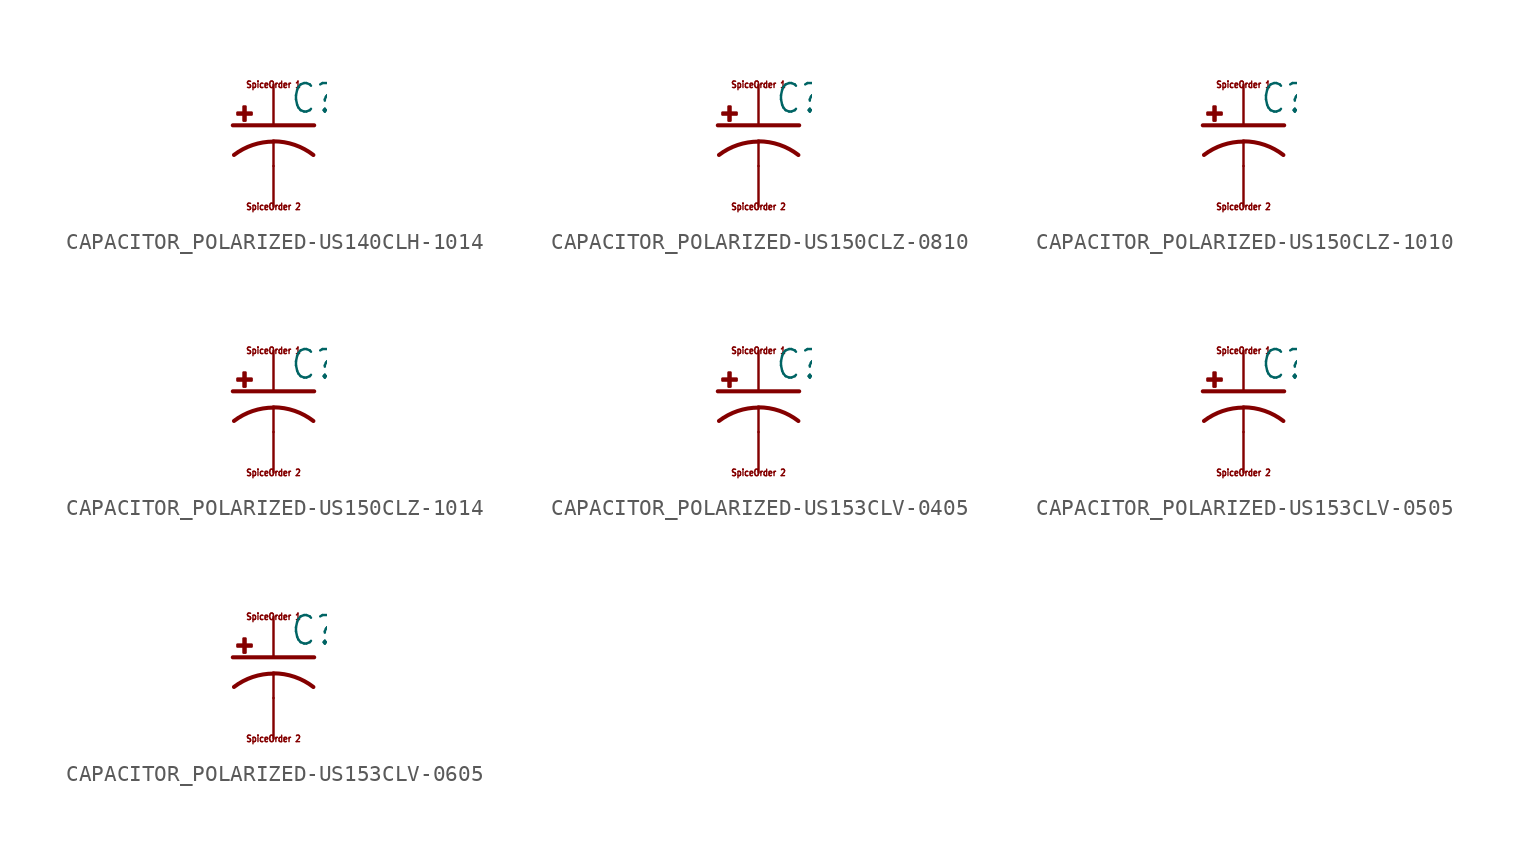
<source format=kicad_sym>
(kicad_symbol_lib
  (version 20231120)
  (generator "kicad_symbol_editor")
  (generator_version "8.0")
  (symbol "CAPACITOR_POLARIZED-US140CLH-1014"
    (property "Reference" "C"
      (at 1.016 0.635 0)
      (effects (font (size 1.778 1.511)) (justify left bottom)))
    (property "Value" ""
      (at 1.016 -4.191 0)
      (effects (font (size 1.778 1.511)) (justify left bottom)))
    (property "ki_locked" ""
      (at 0 0 0)
      (effects (font (size 1.27 1.27))))
    (symbol "CAPACITOR_POLARIZED-US140CLH-1014_1_0"
      (rectangle (start -2.253 0.668) (end -1.364 0.795) (stroke (width 0) (type default)) (fill (type outline)))
      (rectangle (start -1.872 0.287) (end -1.745 1.176) (stroke (width 0) (type default)) (fill (type outline)))
      (arc (start 0 -1.0161) (mid -1.3021 -1.2303) (end -2.4669 -1.8504) (stroke (width 0.254) (type solid)) (fill (type none)))
      (polyline (pts (xy -2.54 0) (xy 2.54 0)) (stroke (width 0.254) (type solid)) (fill (type none)))
      (polyline (pts (xy 0 -1.016) (xy 0 -2.54)) (stroke (width 0.152) (type solid)) (fill (type none)))
      (arc (start 2.4892 -1.8541) (mid 1.3158 -1.2194) (end 0 -1) (stroke (width 0.254) (type solid)) (fill (type none)))
      (text "SpiceOrder 1" (at 0 2.54 0) (effects (font (size 0.406 0.345))))
      (text "SpiceOrder 2" (at 0 -5.08 0) (effects (font (size 0.406 0.345))))
      (pin passive line (at 0 2.54 270) (length 2.54) (name "+" (effects (font (size 0 0)))) (number "+" (effects (font (size 0 0)))))
      (pin passive line (at 0 -5.08 90) (length 2.54) (name "-" (effects (font (size 0 0)))) (number "-" (effects (font (size 0 0)))))))
  (symbol "CAPACITOR_POLARIZED-US150CLZ-0810"
    (property "Reference" "C"
      (at 1.016 0.635 0)
      (effects (font (size 1.778 1.511)) (justify left bottom)))
    (property "Value" ""
      (at 1.016 -4.191 0)
      (effects (font (size 1.778 1.511)) (justify left bottom)))
    (property "ki_locked" ""
      (at 0 0 0)
      (effects (font (size 1.27 1.27))))
    (symbol "CAPACITOR_POLARIZED-US150CLZ-0810_1_0"
      (rectangle (start -2.253 0.668) (end -1.364 0.795) (stroke (width 0) (type default)) (fill (type outline)))
      (rectangle (start -1.872 0.287) (end -1.745 1.176) (stroke (width 0) (type default)) (fill (type outline)))
      (arc (start 0 -1.0161) (mid -1.3021 -1.2303) (end -2.4669 -1.8504) (stroke (width 0.254) (type solid)) (fill (type none)))
      (polyline (pts (xy -2.54 0) (xy 2.54 0)) (stroke (width 0.254) (type solid)) (fill (type none)))
      (polyline (pts (xy 0 -1.016) (xy 0 -2.54)) (stroke (width 0.152) (type solid)) (fill (type none)))
      (arc (start 2.4892 -1.8541) (mid 1.3158 -1.2194) (end 0 -1) (stroke (width 0.254) (type solid)) (fill (type none)))
      (text "SpiceOrder 1" (at 0 2.54 0) (effects (font (size 0.406 0.345))))
      (text "SpiceOrder 2" (at 0 -5.08 0) (effects (font (size 0.406 0.345))))
      (pin passive line (at 0 2.54 270) (length 2.54) (name "+" (effects (font (size 0 0)))) (number "+" (effects (font (size 0 0)))))
      (pin passive line (at 0 -5.08 90) (length 2.54) (name "-" (effects (font (size 0 0)))) (number "-" (effects (font (size 0 0)))))))
  (symbol "CAPACITOR_POLARIZED-US150CLZ-1010"
    (property "Reference" "C"
      (at 1.016 0.635 0)
      (effects (font (size 1.778 1.511)) (justify left bottom)))
    (property "Value" ""
      (at 1.016 -4.191 0)
      (effects (font (size 1.778 1.511)) (justify left bottom)))
    (property "ki_locked" ""
      (at 0 0 0)
      (effects (font (size 1.27 1.27))))
    (symbol "CAPACITOR_POLARIZED-US150CLZ-1010_1_0"
      (rectangle (start -2.253 0.668) (end -1.364 0.795) (stroke (width 0) (type default)) (fill (type outline)))
      (rectangle (start -1.872 0.287) (end -1.745 1.176) (stroke (width 0) (type default)) (fill (type outline)))
      (arc (start 0 -1.0161) (mid -1.3021 -1.2303) (end -2.4669 -1.8504) (stroke (width 0.254) (type solid)) (fill (type none)))
      (polyline (pts (xy -2.54 0) (xy 2.54 0)) (stroke (width 0.254) (type solid)) (fill (type none)))
      (polyline (pts (xy 0 -1.016) (xy 0 -2.54)) (stroke (width 0.152) (type solid)) (fill (type none)))
      (arc (start 2.4892 -1.8541) (mid 1.3158 -1.2194) (end 0 -1) (stroke (width 0.254) (type solid)) (fill (type none)))
      (text "SpiceOrder 1" (at 0 2.54 0) (effects (font (size 0.406 0.345))))
      (text "SpiceOrder 2" (at 0 -5.08 0) (effects (font (size 0.406 0.345))))
      (pin passive line (at 0 2.54 270) (length 2.54) (name "+" (effects (font (size 0 0)))) (number "+" (effects (font (size 0 0)))))
      (pin passive line (at 0 -5.08 90) (length 2.54) (name "-" (effects (font (size 0 0)))) (number "-" (effects (font (size 0 0)))))))
  (symbol "CAPACITOR_POLARIZED-US150CLZ-1014"
    (property "Reference" "C"
      (at 1.016 0.635 0)
      (effects (font (size 1.778 1.511)) (justify left bottom)))
    (property "Value" ""
      (at 1.016 -4.191 0)
      (effects (font (size 1.778 1.511)) (justify left bottom)))
    (property "ki_locked" ""
      (at 0 0 0)
      (effects (font (size 1.27 1.27))))
    (symbol "CAPACITOR_POLARIZED-US150CLZ-1014_1_0"
      (rectangle (start -2.253 0.668) (end -1.364 0.795) (stroke (width 0) (type default)) (fill (type outline)))
      (rectangle (start -1.872 0.287) (end -1.745 1.176) (stroke (width 0) (type default)) (fill (type outline)))
      (arc (start 0 -1.0161) (mid -1.3021 -1.2303) (end -2.4669 -1.8504) (stroke (width 0.254) (type solid)) (fill (type none)))
      (polyline (pts (xy -2.54 0) (xy 2.54 0)) (stroke (width 0.254) (type solid)) (fill (type none)))
      (polyline (pts (xy 0 -1.016) (xy 0 -2.54)) (stroke (width 0.152) (type solid)) (fill (type none)))
      (arc (start 2.4892 -1.8541) (mid 1.3158 -1.2194) (end 0 -1) (stroke (width 0.254) (type solid)) (fill (type none)))
      (text "SpiceOrder 1" (at 0 2.54 0) (effects (font (size 0.406 0.345))))
      (text "SpiceOrder 2" (at 0 -5.08 0) (effects (font (size 0.406 0.345))))
      (pin passive line (at 0 2.54 270) (length 2.54) (name "+" (effects (font (size 0 0)))) (number "+" (effects (font (size 0 0)))))
      (pin passive line (at 0 -5.08 90) (length 2.54) (name "-" (effects (font (size 0 0)))) (number "-" (effects (font (size 0 0)))))))
  (symbol "CAPACITOR_POLARIZED-US153CLV-0405"
    (property "Reference" "C"
      (at 1.016 0.635 0)
      (effects (font (size 1.778 1.511)) (justify left bottom)))
    (property "Value" ""
      (at 1.016 -4.191 0)
      (effects (font (size 1.778 1.511)) (justify left bottom)))
    (property "ki_locked" ""
      (at 0 0 0)
      (effects (font (size 1.27 1.27))))
    (symbol "CAPACITOR_POLARIZED-US153CLV-0405_1_0"
      (rectangle (start -2.253 0.668) (end -1.364 0.795) (stroke (width 0) (type default)) (fill (type outline)))
      (rectangle (start -1.872 0.287) (end -1.745 1.176) (stroke (width 0) (type default)) (fill (type outline)))
      (arc (start 0 -1.0161) (mid -1.3021 -1.2303) (end -2.4669 -1.8504) (stroke (width 0.254) (type solid)) (fill (type none)))
      (polyline (pts (xy -2.54 0) (xy 2.54 0)) (stroke (width 0.254) (type solid)) (fill (type none)))
      (polyline (pts (xy 0 -1.016) (xy 0 -2.54)) (stroke (width 0.152) (type solid)) (fill (type none)))
      (arc (start 2.4892 -1.8541) (mid 1.3158 -1.2194) (end 0 -1) (stroke (width 0.254) (type solid)) (fill (type none)))
      (text "SpiceOrder 1" (at 0 2.54 0) (effects (font (size 0.406 0.345))))
      (text "SpiceOrder 2" (at 0 -5.08 0) (effects (font (size 0.406 0.345))))
      (pin passive line (at 0 2.54 270) (length 2.54) (name "+" (effects (font (size 0 0)))) (number "+" (effects (font (size 0 0)))))
      (pin passive line (at 0 -5.08 90) (length 2.54) (name "-" (effects (font (size 0 0)))) (number "-" (effects (font (size 0 0)))))))
  (symbol "CAPACITOR_POLARIZED-US153CLV-0505"
    (property "Reference" "C"
      (at 1.016 0.635 0)
      (effects (font (size 1.778 1.511)) (justify left bottom)))
    (property "Value" ""
      (at 1.016 -4.191 0)
      (effects (font (size 1.778 1.511)) (justify left bottom)))
    (property "ki_locked" ""
      (at 0 0 0)
      (effects (font (size 1.27 1.27))))
    (symbol "CAPACITOR_POLARIZED-US153CLV-0505_1_0"
      (rectangle (start -2.253 0.668) (end -1.364 0.795) (stroke (width 0) (type default)) (fill (type outline)))
      (rectangle (start -1.872 0.287) (end -1.745 1.176) (stroke (width 0) (type default)) (fill (type outline)))
      (arc (start 0 -1.0161) (mid -1.3021 -1.2303) (end -2.4669 -1.8504) (stroke (width 0.254) (type solid)) (fill (type none)))
      (polyline (pts (xy -2.54 0) (xy 2.54 0)) (stroke (width 0.254) (type solid)) (fill (type none)))
      (polyline (pts (xy 0 -1.016) (xy 0 -2.54)) (stroke (width 0.152) (type solid)) (fill (type none)))
      (arc (start 2.4892 -1.8541) (mid 1.3158 -1.2194) (end 0 -1) (stroke (width 0.254) (type solid)) (fill (type none)))
      (text "SpiceOrder 1" (at 0 2.54 0) (effects (font (size 0.406 0.345))))
      (text "SpiceOrder 2" (at 0 -5.08 0) (effects (font (size 0.406 0.345))))
      (pin passive line (at 0 2.54 270) (length 2.54) (name "+" (effects (font (size 0 0)))) (number "+" (effects (font (size 0 0)))))
      (pin passive line (at 0 -5.08 90) (length 2.54) (name "-" (effects (font (size 0 0)))) (number "-" (effects (font (size 0 0)))))))
  (symbol "CAPACITOR_POLARIZED-US153CLV-0605"
    (property "Reference" "C"
      (at 1.016 0.635 0)
      (effects (font (size 1.778 1.511)) (justify left bottom)))
    (property "Value" ""
      (at 1.016 -4.191 0)
      (effects (font (size 1.778 1.511)) (justify left bottom)))
    (property "ki_locked" ""
      (at 0 0 0)
      (effects (font (size 1.27 1.27))))
    (symbol "CAPACITOR_POLARIZED-US153CLV-0605_1_0"
      (rectangle (start -2.253 0.668) (end -1.364 0.795) (stroke (width 0) (type default)) (fill (type outline)))
      (rectangle (start -1.872 0.287) (end -1.745 1.176) (stroke (width 0) (type default)) (fill (type outline)))
      (arc (start 0 -1.0161) (mid -1.3021 -1.2303) (end -2.4669 -1.8504) (stroke (width 0.254) (type solid)) (fill (type none)))
      (polyline (pts (xy -2.54 0) (xy 2.54 0)) (stroke (width 0.254) (type solid)) (fill (type none)))
      (polyline (pts (xy 0 -1.016) (xy 0 -2.54)) (stroke (width 0.152) (type solid)) (fill (type none)))
      (arc (start 2.4892 -1.8541) (mid 1.3158 -1.2194) (end 0 -1) (stroke (width 0.254) (type solid)) (fill (type none)))
      (text "SpiceOrder 1" (at 0 2.54 0) (effects (font (size 0.406 0.345))))
      (text "SpiceOrder 2" (at 0 -5.08 0) (effects (font (size 0.406 0.345))))
      (pin passive line (at 0 2.54 270) (length 2.54) (name "+" (effects (font (size 0 0)))) (number "+" (effects (font (size 0 0)))))
      (pin passive line (at 0 -5.08 90) (length 2.54) (name "-" (effects (font (size 0 0)))) (number "-" (effects (font (size 0 0))))))))
</source>
